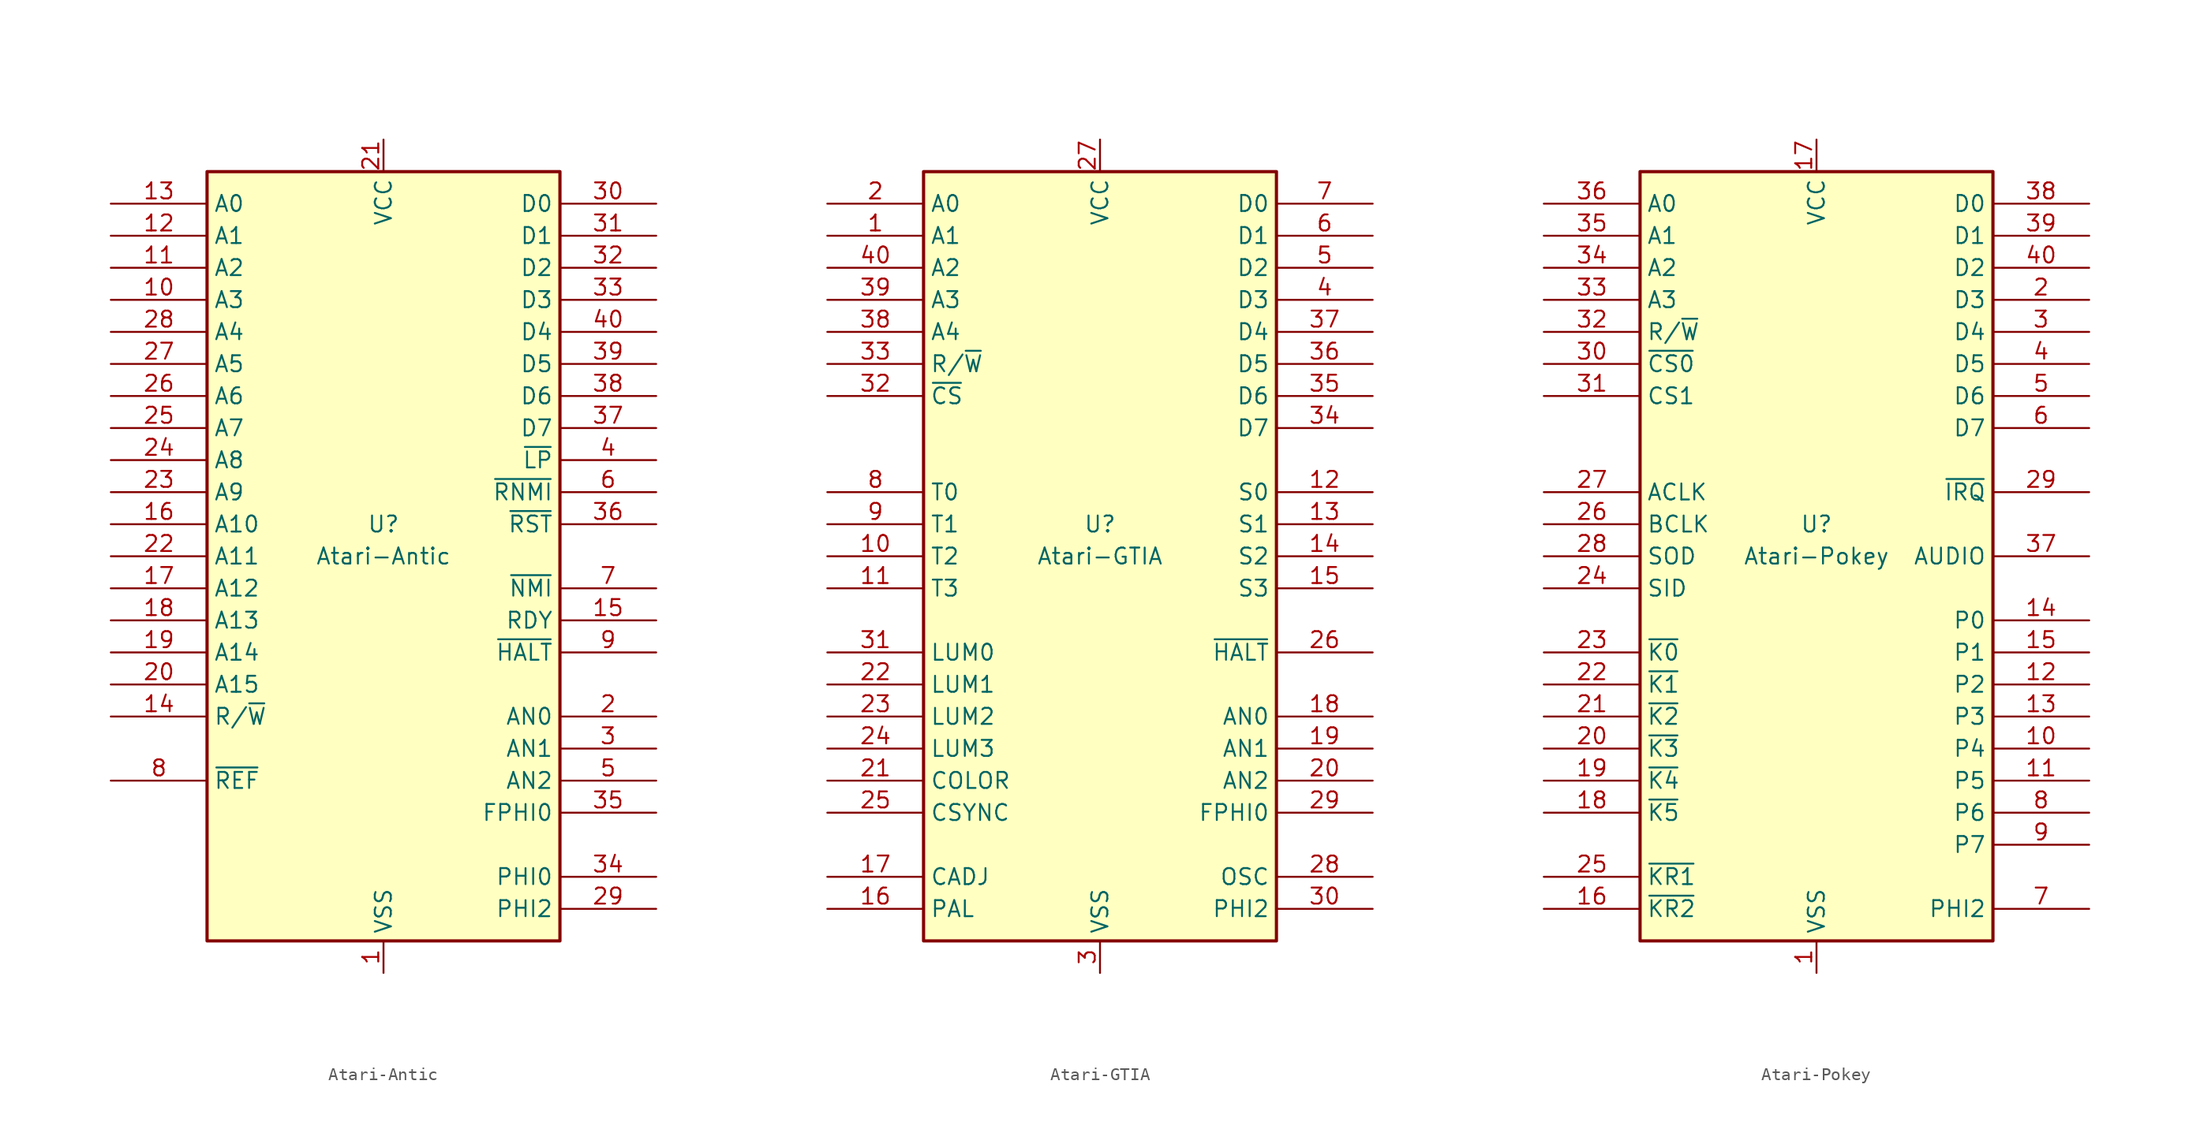
<source format=kicad_sym>
(kicad_symbol_lib
  (version 20211014)
  (generator kicad_symbol_editor)
  (symbol "Atari-Antic"
    (property "Reference" "U"
      (at 0 2.54 0)
      (effects (font (size 1.27 1.27))))
    (property "Value" "Atari-Antic"
      (at 0 0 0)
      (effects (font (size 1.27 1.27))))
    (symbol "Atari-Antic_0_1"
      (rectangle (start -13.97 30.48) (end 13.97 -30.48) (stroke (width 0.254) (type default) (color 0 0 0 0)) (fill (type background))))
    (symbol "Atari-Antic_1_1"
      (pin power_in line (at 0 -33.02 90) (length 2.54) (name "VSS" (effects (font (size 1.27 1.27)))) (number "1" (effects (font (size 1.27 1.27)))))
      (pin tri_state line (at -21.59 20.32 0) (length 7.62) (name "A3" (effects (font (size 1.27 1.27)))) (number "10" (effects (font (size 1.27 1.27)))))
      (pin tri_state line (at -21.59 22.86 0) (length 7.62) (name "A2" (effects (font (size 1.27 1.27)))) (number "11" (effects (font (size 1.27 1.27)))))
      (pin tri_state line (at -21.59 25.4 0) (length 7.62) (name "A1" (effects (font (size 1.27 1.27)))) (number "12" (effects (font (size 1.27 1.27)))))
      (pin tri_state line (at -21.59 27.94 0) (length 7.62) (name "A0" (effects (font (size 1.27 1.27)))) (number "13" (effects (font (size 1.27 1.27)))))
      (pin tri_state line (at -21.59 -12.7 0) (length 7.62) (name "R/~{W}" (effects (font (size 1.27 1.27)))) (number "14" (effects (font (size 1.27 1.27)))))
      (pin open_collector line (at 21.59 -5.08 180) (length 7.62) (name "RDY" (effects (font (size 1.27 1.27)))) (number "15" (effects (font (size 1.27 1.27)))))
      (pin tri_state line (at -21.59 2.54 0) (length 7.62) (name "A10" (effects (font (size 1.27 1.27)))) (number "16" (effects (font (size 1.27 1.27)))))
      (pin tri_state line (at -21.59 -2.54 0) (length 7.62) (name "A12" (effects (font (size 1.27 1.27)))) (number "17" (effects (font (size 1.27 1.27)))))
      (pin tri_state line (at -21.59 -5.08 0) (length 7.62) (name "A13" (effects (font (size 1.27 1.27)))) (number "18" (effects (font (size 1.27 1.27)))))
      (pin tri_state line (at -21.59 -7.62 0) (length 7.62) (name "A14" (effects (font (size 1.27 1.27)))) (number "19" (effects (font (size 1.27 1.27)))))
      (pin output line (at 21.59 -12.7 180) (length 7.62) (name "AN0" (effects (font (size 1.27 1.27)))) (number "2" (effects (font (size 1.27 1.27)))))
      (pin tri_state line (at -21.59 -10.16 0) (length 7.62) (name "A15" (effects (font (size 1.27 1.27)))) (number "20" (effects (font (size 1.27 1.27)))))
      (pin power_in line (at 0 33.02 270) (length 2.54) (name "VCC" (effects (font (size 1.27 1.27)))) (number "21" (effects (font (size 1.27 1.27)))))
      (pin tri_state line (at -21.59 0 0) (length 7.62) (name "A11" (effects (font (size 1.27 1.27)))) (number "22" (effects (font (size 1.27 1.27)))))
      (pin tri_state line (at -21.59 5.08 0) (length 7.62) (name "A9" (effects (font (size 1.27 1.27)))) (number "23" (effects (font (size 1.27 1.27)))))
      (pin tri_state line (at -21.59 7.62 0) (length 7.62) (name "A8" (effects (font (size 1.27 1.27)))) (number "24" (effects (font (size 1.27 1.27)))))
      (pin tri_state line (at -21.59 10.16 0) (length 7.62) (name "A7" (effects (font (size 1.27 1.27)))) (number "25" (effects (font (size 1.27 1.27)))))
      (pin tri_state line (at -21.59 12.7 0) (length 7.62) (name "A6" (effects (font (size 1.27 1.27)))) (number "26" (effects (font (size 1.27 1.27)))))
      (pin tri_state line (at -21.59 15.24 0) (length 7.62) (name "A5" (effects (font (size 1.27 1.27)))) (number "27" (effects (font (size 1.27 1.27)))))
      (pin tri_state line (at -21.59 17.78 0) (length 7.62) (name "A4" (effects (font (size 1.27 1.27)))) (number "28" (effects (font (size 1.27 1.27)))))
      (pin input line (at 21.59 -27.94 180) (length 7.62) (name "PHI2" (effects (font (size 1.27 1.27)))) (number "29" (effects (font (size 1.27 1.27)))))
      (pin output line (at 21.59 -15.24 180) (length 7.62) (name "AN1" (effects (font (size 1.27 1.27)))) (number "3" (effects (font (size 1.27 1.27)))))
      (pin tri_state line (at 21.59 27.94 180) (length 7.62) (name "D0" (effects (font (size 1.27 1.27)))) (number "30" (effects (font (size 1.27 1.27)))))
      (pin tri_state line (at 21.59 25.4 180) (length 7.62) (name "D1" (effects (font (size 1.27 1.27)))) (number "31" (effects (font (size 1.27 1.27)))))
      (pin tri_state line (at 21.59 22.86 180) (length 7.62) (name "D2" (effects (font (size 1.27 1.27)))) (number "32" (effects (font (size 1.27 1.27)))))
      (pin tri_state line (at 21.59 20.32 180) (length 7.62) (name "D3" (effects (font (size 1.27 1.27)))) (number "33" (effects (font (size 1.27 1.27)))))
      (pin output line (at 21.59 -25.4 180) (length 7.62) (name "PHI0" (effects (font (size 1.27 1.27)))) (number "34" (effects (font (size 1.27 1.27)))))
      (pin input line (at 21.59 -20.32 180) (length 7.62) (name "FPHI0" (effects (font (size 1.27 1.27)))) (number "35" (effects (font (size 1.27 1.27)))))
      (pin input line (at 21.59 2.54 180) (length 7.62) (name "~{RST}" (effects (font (size 1.27 1.27)))) (number "36" (effects (font (size 1.27 1.27)))))
      (pin tri_state line (at 21.59 10.16 180) (length 7.62) (name "D7" (effects (font (size 1.27 1.27)))) (number "37" (effects (font (size 1.27 1.27)))))
      (pin tri_state line (at 21.59 12.7 180) (length 7.62) (name "D6" (effects (font (size 1.27 1.27)))) (number "38" (effects (font (size 1.27 1.27)))))
      (pin tri_state line (at 21.59 15.24 180) (length 7.62) (name "D5" (effects (font (size 1.27 1.27)))) (number "39" (effects (font (size 1.27 1.27)))))
      (pin input line (at 21.59 7.62 180) (length 7.62) (name "~{LP}" (effects (font (size 1.27 1.27)))) (number "4" (effects (font (size 1.27 1.27)))))
      (pin tri_state line (at 21.59 17.78 180) (length 7.62) (name "D4" (effects (font (size 1.27 1.27)))) (number "40" (effects (font (size 1.27 1.27)))))
      (pin output line (at 21.59 -17.78 180) (length 7.62) (name "AN2" (effects (font (size 1.27 1.27)))) (number "5" (effects (font (size 1.27 1.27)))))
      (pin input line (at 21.59 5.08 180) (length 7.62) (name "~{RNMI}" (effects (font (size 1.27 1.27)))) (number "6" (effects (font (size 1.27 1.27)))))
      (pin output line (at 21.59 -2.54 180) (length 7.62) (name "~{NMI}" (effects (font (size 1.27 1.27)))) (number "7" (effects (font (size 1.27 1.27)))))
      (pin output line (at -21.59 -17.78 0) (length 7.62) (name "~{REF}" (effects (font (size 1.27 1.27)))) (number "8" (effects (font (size 1.27 1.27)))))
      (pin output line (at 21.59 -7.62 180) (length 7.62) (name "~{HALT}" (effects (font (size 1.27 1.27)))) (number "9" (effects (font (size 1.27 1.27)))))))
  (symbol "Atari-GTIA"
    (property "Reference" "U"
      (at 0 2.54 0)
      (effects (font (size 1.27 1.27))))
    (property "Value" "Atari-GTIA"
      (at 0 0 0)
      (effects (font (size 1.27 1.27))))
    (symbol "Atari-GTIA_0_1"
      (rectangle (start -13.97 30.48) (end 13.97 -30.48) (stroke (width 0.254) (type default) (color 0 0 0 0)) (fill (type background))))
    (symbol "Atari-GTIA_1_1"
      (pin input line (at -21.59 25.4 0) (length 7.62) (name "A1" (effects (font (size 1.27 1.27)))) (number "1" (effects (font (size 1.27 1.27)))))
      (pin input line (at -21.59 0 0) (length 7.62) (name "T2" (effects (font (size 1.27 1.27)))) (number "10" (effects (font (size 1.27 1.27)))))
      (pin input line (at -21.59 -2.54 0) (length 7.62) (name "T3" (effects (font (size 1.27 1.27)))) (number "11" (effects (font (size 1.27 1.27)))))
      (pin bidirectional line (at 21.59 5.08 180) (length 7.62) (name "S0" (effects (font (size 1.27 1.27)))) (number "12" (effects (font (size 1.27 1.27)))))
      (pin bidirectional line (at 21.59 2.54 180) (length 7.62) (name "S1" (effects (font (size 1.27 1.27)))) (number "13" (effects (font (size 1.27 1.27)))))
      (pin bidirectional line (at 21.59 0 180) (length 7.62) (name "S2" (effects (font (size 1.27 1.27)))) (number "14" (effects (font (size 1.27 1.27)))))
      (pin bidirectional line (at 21.59 -2.54 180) (length 7.62) (name "S3" (effects (font (size 1.27 1.27)))) (number "15" (effects (font (size 1.27 1.27)))))
      (pin input line (at -21.59 -27.94 0) (length 7.62) (name "PAL" (effects (font (size 1.27 1.27)))) (number "16" (effects (font (size 1.27 1.27)))))
      (pin input line (at -21.59 -25.4 0) (length 7.62) (name "CADJ" (effects (font (size 1.27 1.27)))) (number "17" (effects (font (size 1.27 1.27)))))
      (pin input line (at 21.59 -12.7 180) (length 7.62) (name "AN0" (effects (font (size 1.27 1.27)))) (number "18" (effects (font (size 1.27 1.27)))))
      (pin input line (at 21.59 -15.24 180) (length 7.62) (name "AN1" (effects (font (size 1.27 1.27)))) (number "19" (effects (font (size 1.27 1.27)))))
      (pin input line (at -21.59 27.94 0) (length 7.62) (name "A0" (effects (font (size 1.27 1.27)))) (number "2" (effects (font (size 1.27 1.27)))))
      (pin input line (at 21.59 -17.78 180) (length 7.62) (name "AN2" (effects (font (size 1.27 1.27)))) (number "20" (effects (font (size 1.27 1.27)))))
      (pin open_collector line (at -21.59 -17.78 0) (length 7.62) (name "COLOR" (effects (font (size 1.27 1.27)))) (number "21" (effects (font (size 1.27 1.27)))))
      (pin open_collector line (at -21.59 -10.16 0) (length 7.62) (name "LUM1" (effects (font (size 1.27 1.27)))) (number "22" (effects (font (size 1.27 1.27)))))
      (pin open_collector line (at -21.59 -12.7 0) (length 7.62) (name "LUM2" (effects (font (size 1.27 1.27)))) (number "23" (effects (font (size 1.27 1.27)))))
      (pin open_collector line (at -21.59 -15.24 0) (length 7.62) (name "LUM3" (effects (font (size 1.27 1.27)))) (number "24" (effects (font (size 1.27 1.27)))))
      (pin output line (at -21.59 -20.32 0) (length 7.62) (name "CSYNC" (effects (font (size 1.27 1.27)))) (number "25" (effects (font (size 1.27 1.27)))))
      (pin input line (at 21.59 -7.62 180) (length 7.62) (name "~{HALT}" (effects (font (size 1.27 1.27)))) (number "26" (effects (font (size 1.27 1.27)))))
      (pin power_in line (at 0 33.02 270) (length 2.54) (name "VCC" (effects (font (size 1.27 1.27)))) (number "27" (effects (font (size 1.27 1.27)))))
      (pin input line (at 21.59 -25.4 180) (length 7.62) (name "OSC" (effects (font (size 1.27 1.27)))) (number "28" (effects (font (size 1.27 1.27)))))
      (pin output line (at 21.59 -20.32 180) (length 7.62) (name "FPHI0" (effects (font (size 1.27 1.27)))) (number "29" (effects (font (size 1.27 1.27)))))
      (pin power_in line (at 0 -33.02 90) (length 2.54) (name "VSS" (effects (font (size 1.27 1.27)))) (number "3" (effects (font (size 1.27 1.27)))))
      (pin input line (at 21.59 -27.94 180) (length 7.62) (name "PHI2" (effects (font (size 1.27 1.27)))) (number "30" (effects (font (size 1.27 1.27)))))
      (pin open_collector line (at -21.59 -7.62 0) (length 7.62) (name "LUM0" (effects (font (size 1.27 1.27)))) (number "31" (effects (font (size 1.27 1.27)))))
      (pin input line (at -21.59 12.7 0) (length 7.62) (name "~{CS}" (effects (font (size 1.27 1.27)))) (number "32" (effects (font (size 1.27 1.27)))))
      (pin input line (at -21.59 15.24 0) (length 7.62) (name "R/~{W}" (effects (font (size 1.27 1.27)))) (number "33" (effects (font (size 1.27 1.27)))))
      (pin bidirectional line (at 21.59 10.16 180) (length 7.62) (name "D7" (effects (font (size 1.27 1.27)))) (number "34" (effects (font (size 1.27 1.27)))))
      (pin bidirectional line (at 21.59 12.7 180) (length 7.62) (name "D6" (effects (font (size 1.27 1.27)))) (number "35" (effects (font (size 1.27 1.27)))))
      (pin bidirectional line (at 21.59 15.24 180) (length 7.62) (name "D5" (effects (font (size 1.27 1.27)))) (number "36" (effects (font (size 1.27 1.27)))))
      (pin bidirectional line (at 21.59 17.78 180) (length 7.62) (name "D4" (effects (font (size 1.27 1.27)))) (number "37" (effects (font (size 1.27 1.27)))))
      (pin input line (at -21.59 17.78 0) (length 7.62) (name "A4" (effects (font (size 1.27 1.27)))) (number "38" (effects (font (size 1.27 1.27)))))
      (pin input line (at -21.59 20.32 0) (length 7.62) (name "A3" (effects (font (size 1.27 1.27)))) (number "39" (effects (font (size 1.27 1.27)))))
      (pin tri_state line (at 21.59 20.32 180) (length 7.62) (name "D3" (effects (font (size 1.27 1.27)))) (number "4" (effects (font (size 1.27 1.27)))))
      (pin input line (at -21.59 22.86 0) (length 7.62) (name "A2" (effects (font (size 1.27 1.27)))) (number "40" (effects (font (size 1.27 1.27)))))
      (pin tri_state line (at 21.59 22.86 180) (length 7.62) (name "D2" (effects (font (size 1.27 1.27)))) (number "5" (effects (font (size 1.27 1.27)))))
      (pin tri_state line (at 21.59 25.4 180) (length 7.62) (name "D1" (effects (font (size 1.27 1.27)))) (number "6" (effects (font (size 1.27 1.27)))))
      (pin tri_state line (at 21.59 27.94 180) (length 7.62) (name "D0" (effects (font (size 1.27 1.27)))) (number "7" (effects (font (size 1.27 1.27)))))
      (pin input line (at -21.59 5.08 0) (length 7.62) (name "T0" (effects (font (size 1.27 1.27)))) (number "8" (effects (font (size 1.27 1.27)))))
      (pin input line (at -21.59 2.54 0) (length 7.62) (name "T1" (effects (font (size 1.27 1.27)))) (number "9" (effects (font (size 1.27 1.27)))))))
  (symbol "Atari-Pokey"
    (property "Reference" "U"
      (at 0 2.54 0)
      (effects (font (size 1.27 1.27))))
    (property "Value" "Atari-Pokey"
      (at 0 0 0)
      (effects (font (size 1.27 1.27))))
    (symbol "Atari-Pokey_0_1"
      (rectangle (start -13.97 30.48) (end 13.97 -30.48) (stroke (width 0.254) (type default) (color 0 0 0 0)) (fill (type background))))
    (symbol "Atari-Pokey_1_1"
      (pin power_in line (at 0 -33.02 90) (length 2.54) (name "VSS" (effects (font (size 1.27 1.27)))) (number "1" (effects (font (size 1.27 1.27)))))
      (pin input line (at 21.59 -15.24 180) (length 7.62) (name "P4" (effects (font (size 1.27 1.27)))) (number "10" (effects (font (size 1.27 1.27)))))
      (pin input line (at 21.59 -17.78 180) (length 7.62) (name "P5" (effects (font (size 1.27 1.27)))) (number "11" (effects (font (size 1.27 1.27)))))
      (pin input line (at 21.59 -10.16 180) (length 7.62) (name "P2" (effects (font (size 1.27 1.27)))) (number "12" (effects (font (size 1.27 1.27)))))
      (pin input line (at 21.59 -12.7 180) (length 7.62) (name "P3" (effects (font (size 1.27 1.27)))) (number "13" (effects (font (size 1.27 1.27)))))
      (pin input line (at 21.59 -5.08 180) (length 7.62) (name "P0" (effects (font (size 1.27 1.27)))) (number "14" (effects (font (size 1.27 1.27)))))
      (pin input line (at 21.59 -7.62 180) (length 7.62) (name "P1" (effects (font (size 1.27 1.27)))) (number "15" (effects (font (size 1.27 1.27)))))
      (pin input line (at -21.59 -27.94 0) (length 7.62) (name "~{KR2}" (effects (font (size 1.27 1.27)))) (number "16" (effects (font (size 1.27 1.27)))))
      (pin power_in line (at 0 33.02 270) (length 2.54) (name "VCC" (effects (font (size 1.27 1.27)))) (number "17" (effects (font (size 1.27 1.27)))))
      (pin output line (at -21.59 -20.32 0) (length 7.62) (name "~{K5}" (effects (font (size 1.27 1.27)))) (number "18" (effects (font (size 1.27 1.27)))))
      (pin output line (at -21.59 -17.78 0) (length 7.62) (name "~{K4}" (effects (font (size 1.27 1.27)))) (number "19" (effects (font (size 1.27 1.27)))))
      (pin tri_state line (at 21.59 20.32 180) (length 7.62) (name "D3" (effects (font (size 1.27 1.27)))) (number "2" (effects (font (size 1.27 1.27)))))
      (pin output line (at -21.59 -15.24 0) (length 7.62) (name "~{K3}" (effects (font (size 1.27 1.27)))) (number "20" (effects (font (size 1.27 1.27)))))
      (pin output line (at -21.59 -12.7 0) (length 7.62) (name "~{K2}" (effects (font (size 1.27 1.27)))) (number "21" (effects (font (size 1.27 1.27)))))
      (pin output line (at -21.59 -10.16 0) (length 7.62) (name "~{K1}" (effects (font (size 1.27 1.27)))) (number "22" (effects (font (size 1.27 1.27)))))
      (pin output line (at -21.59 -7.62 0) (length 7.62) (name "~{K0}" (effects (font (size 1.27 1.27)))) (number "23" (effects (font (size 1.27 1.27)))))
      (pin input line (at -21.59 -2.54 0) (length 7.62) (name "SID" (effects (font (size 1.27 1.27)))) (number "24" (effects (font (size 1.27 1.27)))))
      (pin input line (at -21.59 -25.4 0) (length 7.62) (name "~{KR1}" (effects (font (size 1.27 1.27)))) (number "25" (effects (font (size 1.27 1.27)))))
      (pin bidirectional line (at -21.59 2.54 0) (length 7.62) (name "BCLK" (effects (font (size 1.27 1.27)))) (number "26" (effects (font (size 1.27 1.27)))))
      (pin open_collector line (at -21.59 5.08 0) (length 7.62) (name "ACLK" (effects (font (size 1.27 1.27)))) (number "27" (effects (font (size 1.27 1.27)))))
      (pin open_collector line (at -21.59 0 0) (length 7.62) (name "SOD" (effects (font (size 1.27 1.27)))) (number "28" (effects (font (size 1.27 1.27)))))
      (pin open_collector line (at 21.59 5.08 180) (length 7.62) (name "~{IRQ}" (effects (font (size 1.27 1.27)))) (number "29" (effects (font (size 1.27 1.27)))))
      (pin tri_state line (at 21.59 17.78 180) (length 7.62) (name "D4" (effects (font (size 1.27 1.27)))) (number "3" (effects (font (size 1.27 1.27)))))
      (pin input line (at -21.59 15.24 0) (length 7.62) (name "~{CS0}" (effects (font (size 1.27 1.27)))) (number "30" (effects (font (size 1.27 1.27)))))
      (pin input line (at -21.59 12.7 0) (length 7.62) (name "CS1" (effects (font (size 1.27 1.27)))) (number "31" (effects (font (size 1.27 1.27)))))
      (pin input line (at -21.59 17.78 0) (length 7.62) (name "R/~{W}" (effects (font (size 1.27 1.27)))) (number "32" (effects (font (size 1.27 1.27)))))
      (pin input line (at -21.59 20.32 0) (length 7.62) (name "A3" (effects (font (size 1.27 1.27)))) (number "33" (effects (font (size 1.27 1.27)))))
      (pin input line (at -21.59 22.86 0) (length 7.62) (name "A2" (effects (font (size 1.27 1.27)))) (number "34" (effects (font (size 1.27 1.27)))))
      (pin input line (at -21.59 25.4 0) (length 7.62) (name "A1" (effects (font (size 1.27 1.27)))) (number "35" (effects (font (size 1.27 1.27)))))
      (pin input line (at -21.59 27.94 0) (length 7.62) (name "A0" (effects (font (size 1.27 1.27)))) (number "36" (effects (font (size 1.27 1.27)))))
      (pin open_collector line (at 21.59 0 180) (length 7.62) (name "AUDIO" (effects (font (size 1.27 1.27)))) (number "37" (effects (font (size 1.27 1.27)))))
      (pin tri_state line (at 21.59 27.94 180) (length 7.62) (name "D0" (effects (font (size 1.27 1.27)))) (number "38" (effects (font (size 1.27 1.27)))))
      (pin tri_state line (at 21.59 25.4 180) (length 7.62) (name "D1" (effects (font (size 1.27 1.27)))) (number "39" (effects (font (size 1.27 1.27)))))
      (pin tri_state line (at 21.59 15.24 180) (length 7.62) (name "D5" (effects (font (size 1.27 1.27)))) (number "4" (effects (font (size 1.27 1.27)))))
      (pin tri_state line (at 21.59 22.86 180) (length 7.62) (name "D2" (effects (font (size 1.27 1.27)))) (number "40" (effects (font (size 1.27 1.27)))))
      (pin tri_state line (at 21.59 12.7 180) (length 7.62) (name "D6" (effects (font (size 1.27 1.27)))) (number "5" (effects (font (size 1.27 1.27)))))
      (pin tri_state line (at 21.59 10.16 180) (length 7.62) (name "D7" (effects (font (size 1.27 1.27)))) (number "6" (effects (font (size 1.27 1.27)))))
      (pin input line (at 21.59 -27.94 180) (length 7.62) (name "PHI2" (effects (font (size 1.27 1.27)))) (number "7" (effects (font (size 1.27 1.27)))))
      (pin input line (at 21.59 -20.32 180) (length 7.62) (name "P6" (effects (font (size 1.27 1.27)))) (number "8" (effects (font (size 1.27 1.27)))))
      (pin input line (at 21.59 -22.86 180) (length 7.62) (name "P7" (effects (font (size 1.27 1.27)))) (number "9" (effects (font (size 1.27 1.27))))))))
</source>
